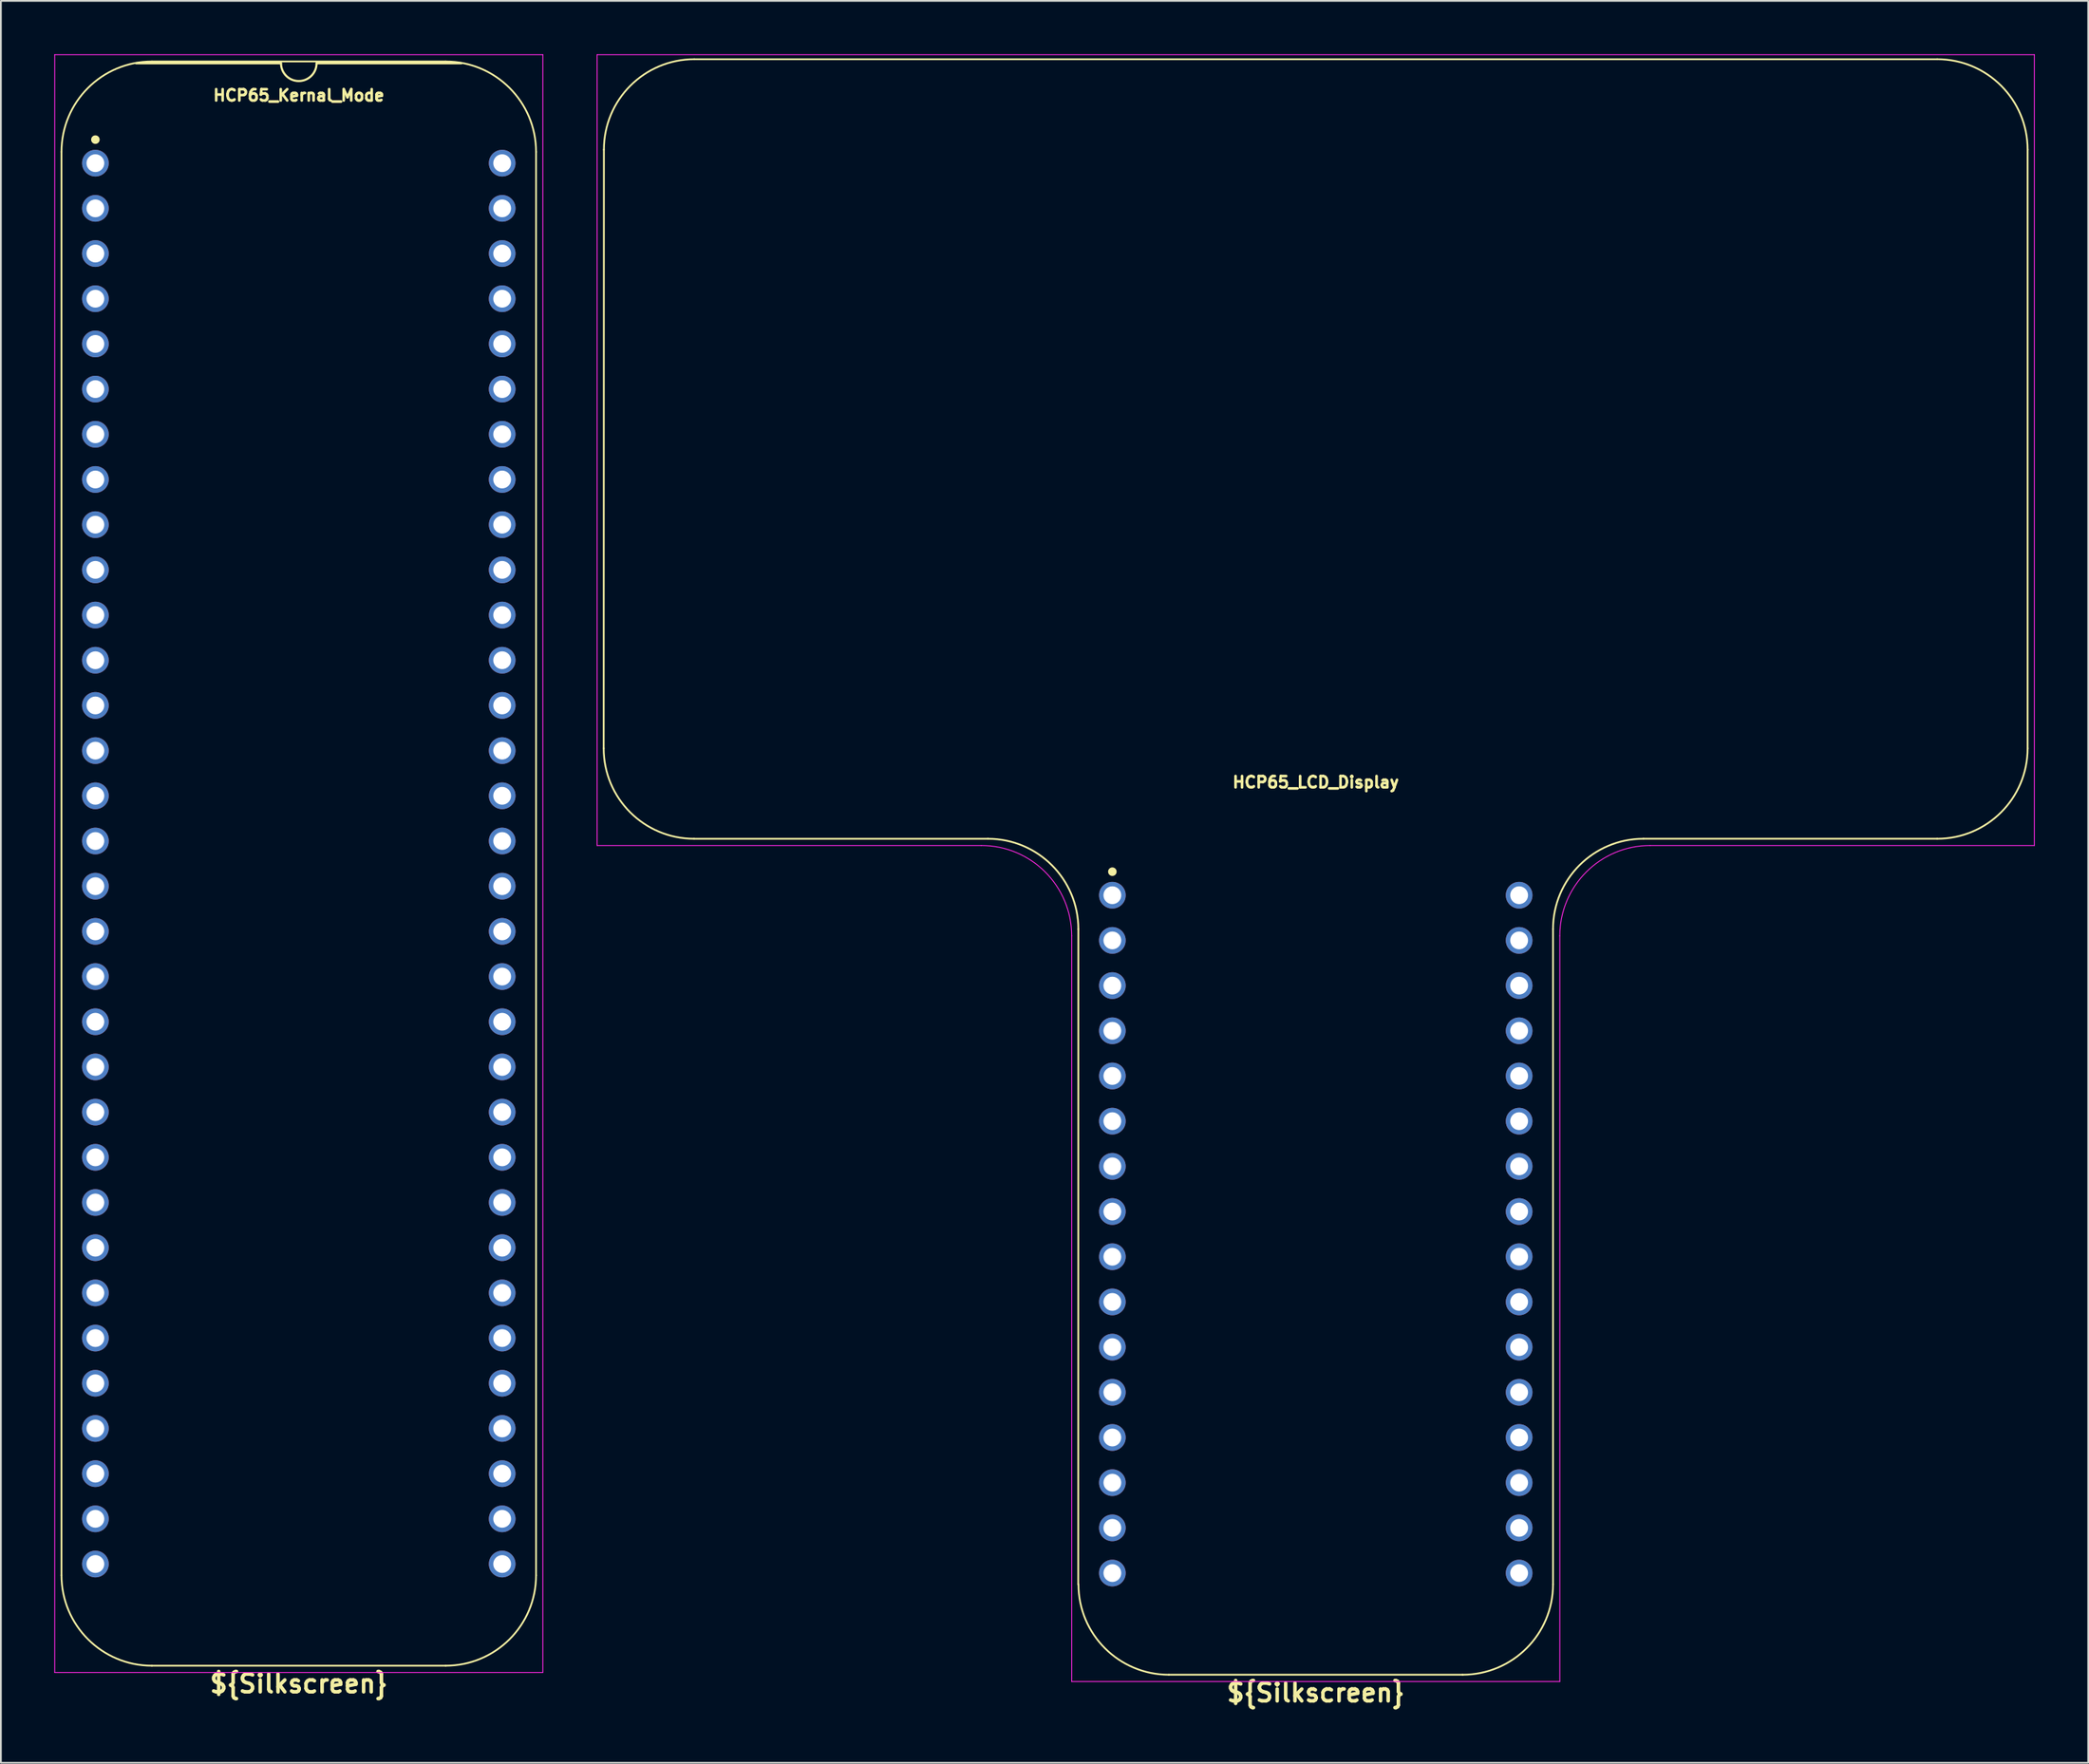
<source format=kicad_pcb>
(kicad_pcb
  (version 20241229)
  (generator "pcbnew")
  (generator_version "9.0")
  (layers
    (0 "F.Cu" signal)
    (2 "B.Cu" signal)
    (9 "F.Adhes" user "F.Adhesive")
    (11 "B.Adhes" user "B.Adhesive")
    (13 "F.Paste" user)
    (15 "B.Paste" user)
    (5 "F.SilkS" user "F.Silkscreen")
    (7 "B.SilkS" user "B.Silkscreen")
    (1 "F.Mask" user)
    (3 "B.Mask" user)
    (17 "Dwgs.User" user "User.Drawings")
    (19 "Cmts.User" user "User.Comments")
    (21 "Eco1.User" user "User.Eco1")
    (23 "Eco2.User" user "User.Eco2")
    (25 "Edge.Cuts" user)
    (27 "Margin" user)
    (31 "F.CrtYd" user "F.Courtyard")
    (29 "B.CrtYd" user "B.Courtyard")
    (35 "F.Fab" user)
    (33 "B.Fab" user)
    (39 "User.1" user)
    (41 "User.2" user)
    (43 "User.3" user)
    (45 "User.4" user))
  (footprint "HCP65_Kernal_Mode"
    (layer "F.Cu")
    (at 2.311 6.121)
    (property "Reference" "HCP65_Kernal_Mode" (at 11.43 -3.81 0) (layer "F.SilkS") (effects (font (size 0.635 0.635) (thickness 0.15))))
    (property "Silkscreen" "${Silkscreen}" (at 11.43 85.471 0) (layer "F.SilkS") (effects (font (size 1 1) (thickness 0.2))))
    (attr through_hole)
    (fp_line (start -1.905 -0.635) (end -1.905 79.375) (stroke (width 0.1) (type solid)) (layer "F.SilkS"))
    (fp_line (start 10.43 -5.616) (end 2.286 -5.616) (stroke (width 0.12) (type solid)) (layer "F.SilkS"))
    (fp_line (start 19.685 -5.715) (end 3.175 -5.715) (stroke (width 0.1) (type solid)) (layer "F.SilkS"))
    (fp_line (start 19.685 84.455) (end 3.175 84.455) (stroke (width 0.1) (type solid)) (layer "F.SilkS"))
    (fp_line (start 20.574 -5.616) (end 12.43 -5.616) (stroke (width 0.12) (type solid)) (layer "F.SilkS"))
    (fp_line (start 24.765 79.375) (end 24.765 -0.635) (stroke (width 0.1) (type solid)) (layer "F.SilkS"))
    (fp_arc (start -1.905 -0.635) (mid -0.417102 -4.227102) (end 3.175 -5.715) (stroke (width 0.1) (type solid)) (layer "F.SilkS"))
    (fp_arc (start 3.175 84.455) (mid -0.417102 82.967102) (end -1.905 79.375) (stroke (width 0.1) (type solid)) (layer "F.SilkS"))
    (fp_arc (start 12.43 -5.616) (mid 11.43 -4.616) (end 10.43 -5.616) (stroke (width 0.12) (type solid)) (layer "F.SilkS"))
    (fp_arc (start 19.685 -5.715) (mid 23.277102 -4.227102) (end 24.765 -0.635) (stroke (width 0.1) (type solid)) (layer "F.SilkS"))
    (fp_arc (start 24.765 79.375) (mid 23.277102 82.967102) (end 19.685 84.455) (stroke (width 0.1) (type solid)) (layer "F.SilkS"))
    (fp_circle (center 0 -1.323) (end 0.18 -1.323) (stroke (width 0.12) (type solid)) (fill yes) (layer "F.SilkS"))
    (fp_line (start -2.286 -6.096) (end -2.286 84.836) (stroke (width 0.05) (type solid)) (layer "F.CrtYd"))
    (fp_line (start -2.286 -6.096) (end 25.146 -6.096) (stroke (width 0.05) (type solid)) (layer "F.CrtYd"))
    (fp_line (start -2.286 84.836) (end 25.146 84.836) (stroke (width 0.05) (type solid)) (layer "F.CrtYd"))
    (fp_line (start 25.146 84.836) (end 25.146 -6.096) (stroke (width 0.05) (type solid)) (layer "F.CrtYd"))
    (pad "1" thru_hole circle (at 0 0) (size 1.5 1.5) (drill 1) (layers "*.Cu" "*.Mask"))
    (pad "2" thru_hole circle (at 0 2.54) (size 1.5 1.5) (drill 1) (layers "*.Cu" "*.Mask"))
    (pad "3" thru_hole circle (at 0 5.08) (size 1.5 1.5) (drill 1) (layers "*.Cu" "*.Mask"))
    (pad "4" thru_hole circle (at 0 7.62) (size 1.5 1.5) (drill 1) (layers "*.Cu" "*.Mask"))
    (pad "5" thru_hole circle (at 0 10.16) (size 1.5 1.5) (drill 1) (layers "*.Cu" "*.Mask"))
    (pad "6" thru_hole circle (at 0 12.7) (size 1.5 1.5) (drill 1) (layers "*.Cu" "*.Mask"))
    (pad "7" thru_hole circle (at 0 15.24) (size 1.5 1.5) (drill 1) (layers "*.Cu" "*.Mask"))
    (pad "8" thru_hole circle (at 0 17.78) (size 1.5 1.5) (drill 1) (layers "*.Cu" "*.Mask"))
    (pad "9" thru_hole circle (at 0 20.32) (size 1.5 1.5) (drill 1) (layers "*.Cu" "*.Mask"))
    (pad "10" thru_hole circle (at 0 22.86) (size 1.5 1.5) (drill 1) (layers "*.Cu" "*.Mask"))
    (pad "11" thru_hole circle (at 0 25.4) (size 1.5 1.5) (drill 1) (layers "*.Cu" "*.Mask"))
    (pad "12" thru_hole circle (at 0 27.94) (size 1.5 1.5) (drill 1) (layers "*.Cu" "*.Mask"))
    (pad "13" thru_hole circle (at 0 30.48) (size 1.5 1.5) (drill 1) (layers "*.Cu" "*.Mask"))
    (pad "14" thru_hole circle (at 0 33.02) (size 1.5 1.5) (drill 1) (layers "*.Cu" "*.Mask"))
    (pad "15" thru_hole circle (at 0 35.56) (size 1.5 1.5) (drill 1) (layers "*.Cu" "*.Mask"))
    (pad "16" thru_hole circle (at 0 38.1) (size 1.5 1.5) (drill 1) (layers "*.Cu" "*.Mask"))
    (pad "17" thru_hole circle (at 0 40.64) (size 1.5 1.5) (drill 1) (layers "*.Cu" "*.Mask"))
    (pad "18" thru_hole circle (at 0 43.18) (size 1.5 1.5) (drill 1) (layers "*.Cu" "*.Mask"))
    (pad "19" thru_hole circle (at 0 45.72) (size 1.5 1.5) (drill 1) (layers "*.Cu" "*.Mask"))
    (pad "20" thru_hole circle (at 0 48.26) (size 1.5 1.5) (drill 1) (layers "*.Cu" "*.Mask"))
    (pad "21" thru_hole circle (at 0 50.8) (size 1.5 1.5) (drill 1) (layers "*.Cu" "*.Mask"))
    (pad "22" thru_hole circle (at 0 53.34) (size 1.5 1.5) (drill 1) (layers "*.Cu" "*.Mask"))
    (pad "23" thru_hole circle (at 0 55.88) (size 1.5 1.5) (drill 1) (layers "*.Cu" "*.Mask"))
    (pad "24" thru_hole circle (at 0 58.42) (size 1.5 1.5) (drill 1) (layers "*.Cu" "*.Mask"))
    (pad "25" thru_hole circle (at 0 60.96) (size 1.5 1.5) (drill 1) (layers "*.Cu" "*.Mask"))
    (pad "26" thru_hole circle (at 0 63.5) (size 1.5 1.5) (drill 1) (layers "*.Cu" "*.Mask"))
    (pad "27" thru_hole circle (at 0 66.04) (size 1.5 1.5) (drill 1) (layers "*.Cu" "*.Mask"))
    (pad "28" thru_hole circle (at 0 68.58) (size 1.5 1.5) (drill 1) (layers "*.Cu" "*.Mask"))
    (pad "29" thru_hole circle (at 0 71.12) (size 1.5 1.5) (drill 1) (layers "*.Cu" "*.Mask"))
    (pad "30" thru_hole circle (at 0 73.66) (size 1.5 1.5) (drill 1) (layers "*.Cu" "*.Mask"))
    (pad "31" thru_hole circle (at 0 76.2) (size 1.5 1.5) (drill 1) (layers "*.Cu" "*.Mask"))
    (pad "32" thru_hole circle (at 0 78.74) (size 1.5 1.5) (drill 1) (layers "*.Cu" "*.Mask"))
    (pad "33" thru_hole circle (at 22.86 78.74) (size 1.5 1.5) (drill 1) (layers "*.Cu" "*.Mask"))
    (pad "34" thru_hole circle (at 22.86 76.2) (size 1.5 1.5) (drill 1) (layers "*.Cu" "*.Mask"))
    (pad "35" thru_hole circle (at 22.86 73.66) (size 1.5 1.5) (drill 1) (layers "*.Cu" "*.Mask"))
    (pad "36" thru_hole circle (at 22.86 71.12) (size 1.5 1.5) (drill 1) (layers "*.Cu" "*.Mask"))
    (pad "37" thru_hole circle (at 22.86 68.58) (size 1.5 1.5) (drill 1) (layers "*.Cu" "*.Mask"))
    (pad "38" thru_hole circle (at 22.86 66.04) (size 1.5 1.5) (drill 1) (layers "*.Cu" "*.Mask"))
    (pad "39" thru_hole circle (at 22.86 63.5) (size 1.5 1.5) (drill 1) (layers "*.Cu" "*.Mask"))
    (pad "40" thru_hole circle (at 22.86 60.96) (size 1.5 1.5) (drill 1) (layers "*.Cu" "*.Mask"))
    (pad "41" thru_hole circle (at 22.86 58.42) (size 1.5 1.5) (drill 1) (layers "*.Cu" "*.Mask"))
    (pad "42" thru_hole circle (at 22.86 55.88) (size 1.5 1.5) (drill 1) (layers "*.Cu" "*.Mask"))
    (pad "43" thru_hole circle (at 22.86 53.34) (size 1.5 1.5) (drill 1) (layers "*.Cu" "*.Mask"))
    (pad "44" thru_hole circle (at 22.86 50.8) (size 1.5 1.5) (drill 1) (layers "*.Cu" "*.Mask"))
    (pad "45" thru_hole circle (at 22.86 48.26) (size 1.5 1.5) (drill 1) (layers "*.Cu" "*.Mask"))
    (pad "46" thru_hole circle (at 22.86 45.72) (size 1.5 1.5) (drill 1) (layers "*.Cu" "*.Mask"))
    (pad "47" thru_hole circle (at 22.86 43.18) (size 1.5 1.5) (drill 1) (layers "*.Cu" "*.Mask"))
    (pad "48" thru_hole circle (at 22.86 40.64) (size 1.5 1.5) (drill 1) (layers "*.Cu" "*.Mask"))
    (pad "49" thru_hole circle (at 22.86 38.1) (size 1.5 1.5) (drill 1) (layers "*.Cu" "*.Mask"))
    (pad "50" thru_hole circle (at 22.86 35.56) (size 1.5 1.5) (drill 1) (layers "*.Cu" "*.Mask"))
    (pad "51" thru_hole circle (at 22.86 33.02) (size 1.5 1.5) (drill 1) (layers "*.Cu" "*.Mask"))
    (pad "52" thru_hole circle (at 22.86 30.48) (size 1.5 1.5) (drill 1) (layers "*.Cu" "*.Mask"))
    (pad "53" thru_hole circle (at 22.86 27.94) (size 1.5 1.5) (drill 1) (layers "*.Cu" "*.Mask"))
    (pad "54" thru_hole circle (at 22.86 25.4) (size 1.5 1.5) (drill 1) (layers "*.Cu" "*.Mask"))
    (pad "55" thru_hole circle (at 22.86 22.86) (size 1.5 1.5) (drill 1) (layers "*.Cu" "*.Mask"))
    (pad "56" thru_hole circle (at 22.86 20.32) (size 1.5 1.5) (drill 1) (layers "*.Cu" "*.Mask"))
    (pad "57" thru_hole circle (at 22.86 17.78) (size 1.5 1.5) (drill 1) (layers "*.Cu" "*.Mask"))
    (pad "58" thru_hole circle (at 22.86 15.24) (size 1.5 1.5) (drill 1) (layers "*.Cu" "*.Mask"))
    (pad "59" thru_hole circle (at 22.86 12.7) (size 1.5 1.5) (drill 1) (layers "*.Cu" "*.Mask"))
    (pad "60" thru_hole circle (at 22.86 10.16) (size 1.5 1.5) (drill 1) (layers "*.Cu" "*.Mask"))
    (pad "61" thru_hole circle (at 22.86 7.62) (size 1.5 1.5) (drill 1) (layers "*.Cu" "*.Mask"))
    (pad "62" thru_hole circle (at 22.86 5.08) (size 1.5 1.5) (drill 1) (layers "*.Cu" "*.Mask"))
    (pad "63" thru_hole circle (at 22.86 2.54) (size 1.5 1.5) (drill 1) (layers "*.Cu" "*.Mask"))
    (pad "64" thru_hole circle (at 22.86 0) (size 1.5 1.5) (drill 1) (layers "*.Cu" "*.Mask")))
  (footprint "HCP65_LCD_Display"
    (layer "F.Cu")
    (at 59.463 47.269)
    (property "Reference" "HCP65_LCD_Display" (at 11.43 -6.35 0) (layer "F.SilkS") (effects (font (size 0.635 0.635) (thickness 0.15))))
    (property "Silkscreen" "${Silkscreen}" (at 11.43 44.831 0) (layer "F.SilkS") (effects (font (size 1 1) (thickness 0.2))))
    (attr through_hole)
    (fp_line (start -28.575 -41.91) (end -28.587 -8.254) (stroke (width 0.1) (type solid)) (layer "F.SilkS"))
    (fp_line (start -23.507 -3.174) (end -6.991 -3.174) (stroke (width 0.1) (type solid)) (layer "F.SilkS"))
    (fp_line (start -1.911 1.906) (end -1.917 38.735) (stroke (width 0.1) (type solid)) (layer "F.SilkS"))
    (fp_line (start 19.685 43.815) (end 3.175 43.815) (stroke (width 0.1) (type solid)) (layer "F.SilkS"))
    (fp_line (start 24.765 38.735) (end 24.765 1.905) (stroke (width 0.1) (type solid)) (layer "F.SilkS"))
    (fp_line (start 29.845 -3.175) (end 46.355 -3.175) (stroke (width 0.1) (type solid)) (layer "F.SilkS"))
    (fp_line (start 46.355 -46.99) (end -23.495 -46.99) (stroke (width 0.1) (type solid)) (layer "F.SilkS"))
    (fp_line (start 51.435 -41.91) (end 51.435 -8.255) (stroke (width 0.1) (type solid)) (layer "F.SilkS"))
    (fp_arc (start -28.575 -41.91) (mid -27.087108 -45.502108) (end -23.495 -46.99) (stroke (width 0.1) (type solid)) (layer "F.SilkS"))
    (fp_arc (start -23.506971 -3.174198) (mid -27.099053 -4.662116) (end -28.586971 -8.254199) (stroke (width 0.1) (type solid)) (layer "F.SilkS"))
    (fp_arc (start -6.990986 -3.173797) (mid -3.398877 -1.685906) (end -1.910986 1.906203) (stroke (width 0.1) (type solid)) (layer "F.SilkS"))
    (fp_arc (start 3.175 43.815) (mid -0.417102 42.327102) (end -1.905 38.735) (stroke (width 0.1) (type solid)) (layer "F.SilkS"))
    (fp_arc (start 24.765 38.735) (mid 23.277102 42.327102) (end 19.685 43.815) (stroke (width 0.1) (type solid)) (layer "F.SilkS"))
    (fp_arc (start 24.765028 1.905401) (mid 26.252916 -1.686692) (end 29.845 -3.174599) (stroke (width 0.1) (type solid)) (layer "F.SilkS"))
    (fp_arc (start 46.355 -46.99) (mid 49.947117 -45.502117) (end 51.435 -41.91) (stroke (width 0.1) (type solid)) (layer "F.SilkS"))
    (fp_arc (start 51.435 -8.254599) (mid 49.947097 -4.662502) (end 46.355 -3.174599) (stroke (width 0.1) (type solid)) (layer "F.SilkS"))
    (fp_circle (center 0 -1.323) (end 0.18 -1.323) (stroke (width 0.12) (type solid)) (fill yes) (layer "F.SilkS"))
    (fp_line (start -28.956 -2.794) (end -28.956 -47.244) (stroke (width 0.05) (type solid)) (layer "F.CrtYd"))
    (fp_line (start -28.956 -2.794) (end -7.366 -2.794) (stroke (width 0.05) (type solid)) (layer "F.CrtYd"))
    (fp_line (start -2.286 44.196) (end -2.286 2.286) (stroke (width 0.05) (type solid)) (layer "F.CrtYd"))
    (fp_line (start -2.286 44.196) (end 25.146 44.196) (stroke (width 0.05) (type solid)) (layer "F.CrtYd"))
    (fp_line (start 25.146 44.196) (end 25.146 2.286) (stroke (width 0.05) (type solid)) (layer "F.CrtYd"))
    (fp_line (start 51.816 -47.244) (end -28.956 -47.244) (stroke (width 0.05) (type solid)) (layer "F.CrtYd"))
    (fp_line (start 51.816 -2.794) (end 30.226 -2.794) (stroke (width 0.05) (type solid)) (layer "F.CrtYd"))
    (fp_line (start 51.816 -2.794) (end 51.816 -47.244) (stroke (width 0.05) (type solid)) (layer "F.CrtYd"))
    (fp_arc (start -7.365972 -2.794) (mid -3.773888 -1.306093) (end -2.286 2.286) (stroke (width 0.05) (type solid)) (layer "F.CrtYd"))
    (fp_arc (start 25.146 2.286) (mid 26.633888 -1.306093) (end 30.225972 -2.794) (stroke (width 0.05) (type solid)) (layer "F.CrtYd"))
    (pad "1" thru_hole circle (at 0 0) (size 1.5 1.5) (drill 1) (layers "*.Cu" "*.Mask"))
    (pad "2" thru_hole circle (at 0 2.54) (size 1.5 1.5) (drill 1) (layers "*.Cu" "*.Mask"))
    (pad "3" thru_hole circle (at 0 5.08) (size 1.5 1.5) (drill 1) (layers "*.Cu" "*.Mask"))
    (pad "4" thru_hole circle (at 0 7.62) (size 1.5 1.5) (drill 1) (layers "*.Cu" "*.Mask"))
    (pad "5" thru_hole circle (at 0 10.16) (size 1.5 1.5) (drill 1) (layers "*.Cu" "*.Mask"))
    (pad "6" thru_hole circle (at 0 12.7) (size 1.5 1.5) (drill 1) (layers "*.Cu" "*.Mask"))
    (pad "7" thru_hole circle (at 0 15.24) (size 1.5 1.5) (drill 1) (layers "*.Cu" "*.Mask"))
    (pad "8" thru_hole circle (at 0 17.78) (size 1.5 1.5) (drill 1) (layers "*.Cu" "*.Mask"))
    (pad "9" thru_hole circle (at 0 20.32) (size 1.5 1.5) (drill 1) (layers "*.Cu" "*.Mask"))
    (pad "10" thru_hole circle (at 0 22.86) (size 1.5 1.5) (drill 1) (layers "*.Cu" "*.Mask"))
    (pad "11" thru_hole circle (at 0 25.4) (size 1.5 1.5) (drill 1) (layers "*.Cu" "*.Mask"))
    (pad "12" thru_hole circle (at 0 27.94) (size 1.5 1.5) (drill 1) (layers "*.Cu" "*.Mask"))
    (pad "13" thru_hole circle (at 0 30.48) (size 1.5 1.5) (drill 1) (layers "*.Cu" "*.Mask"))
    (pad "14" thru_hole circle (at 0 33.02) (size 1.5 1.5) (drill 1) (layers "*.Cu" "*.Mask"))
    (pad "15" thru_hole circle (at 0 35.56) (size 1.5 1.5) (drill 1) (layers "*.Cu" "*.Mask"))
    (pad "16" thru_hole circle (at 0 38.1) (size 1.5 1.5) (drill 1) (layers "*.Cu" "*.Mask"))
    (pad "17" thru_hole circle (at 22.86 38.1) (size 1.5 1.5) (drill 1) (layers "*.Cu" "*.Mask"))
    (pad "18" thru_hole circle (at 22.86 35.56) (size 1.5 1.5) (drill 1) (layers "*.Cu" "*.Mask"))
    (pad "19" thru_hole circle (at 22.86 33.02) (size 1.5 1.5) (drill 1) (layers "*.Cu" "*.Mask"))
    (pad "20" thru_hole circle (at 22.86 30.48) (size 1.5 1.5) (drill 1) (layers "*.Cu" "*.Mask"))
    (pad "21" thru_hole circle (at 22.86 27.94) (size 1.5 1.5) (drill 1) (layers "*.Cu" "*.Mask"))
    (pad "22" thru_hole circle (at 22.86 25.4) (size 1.5 1.5) (drill 1) (layers "*.Cu" "*.Mask"))
    (pad "23" thru_hole circle (at 22.86 22.86) (size 1.5 1.5) (drill 1) (layers "*.Cu" "*.Mask"))
    (pad "24" thru_hole circle (at 22.86 20.32) (size 1.5 1.5) (drill 1) (layers "*.Cu" "*.Mask"))
    (pad "25" thru_hole circle (at 22.86 17.78) (size 1.5 1.5) (drill 1) (layers "*.Cu" "*.Mask"))
    (pad "26" thru_hole circle (at 22.86 15.24) (size 1.5 1.5) (drill 1) (layers "*.Cu" "*.Mask"))
    (pad "27" thru_hole circle (at 22.86 12.7) (size 1.5 1.5) (drill 1) (layers "*.Cu" "*.Mask"))
    (pad "28" thru_hole circle (at 22.86 10.16) (size 1.5 1.5) (drill 1) (layers "*.Cu" "*.Mask"))
    (pad "29" thru_hole circle (at 22.86 7.62) (size 1.5 1.5) (drill 1) (layers "*.Cu" "*.Mask"))
    (pad "30" thru_hole circle (at 22.86 5.08) (size 1.5 1.5) (drill 1) (layers "*.Cu" "*.Mask"))
    (pad "31" thru_hole circle (at 22.86 2.54) (size 1.5 1.5) (drill 1) (layers "*.Cu" "*.Mask"))
    (pad "32" thru_hole circle (at 22.86 0) (size 1.5 1.5) (drill 1) (layers "*.Cu" "*.Mask")))
  (gr_rect
    (start -3 -3)
    (end 114.304 96.036)
    (stroke (width 0.1) (type default))
    (fill no)
    (layer "Edge.Cuts")))
</source>
